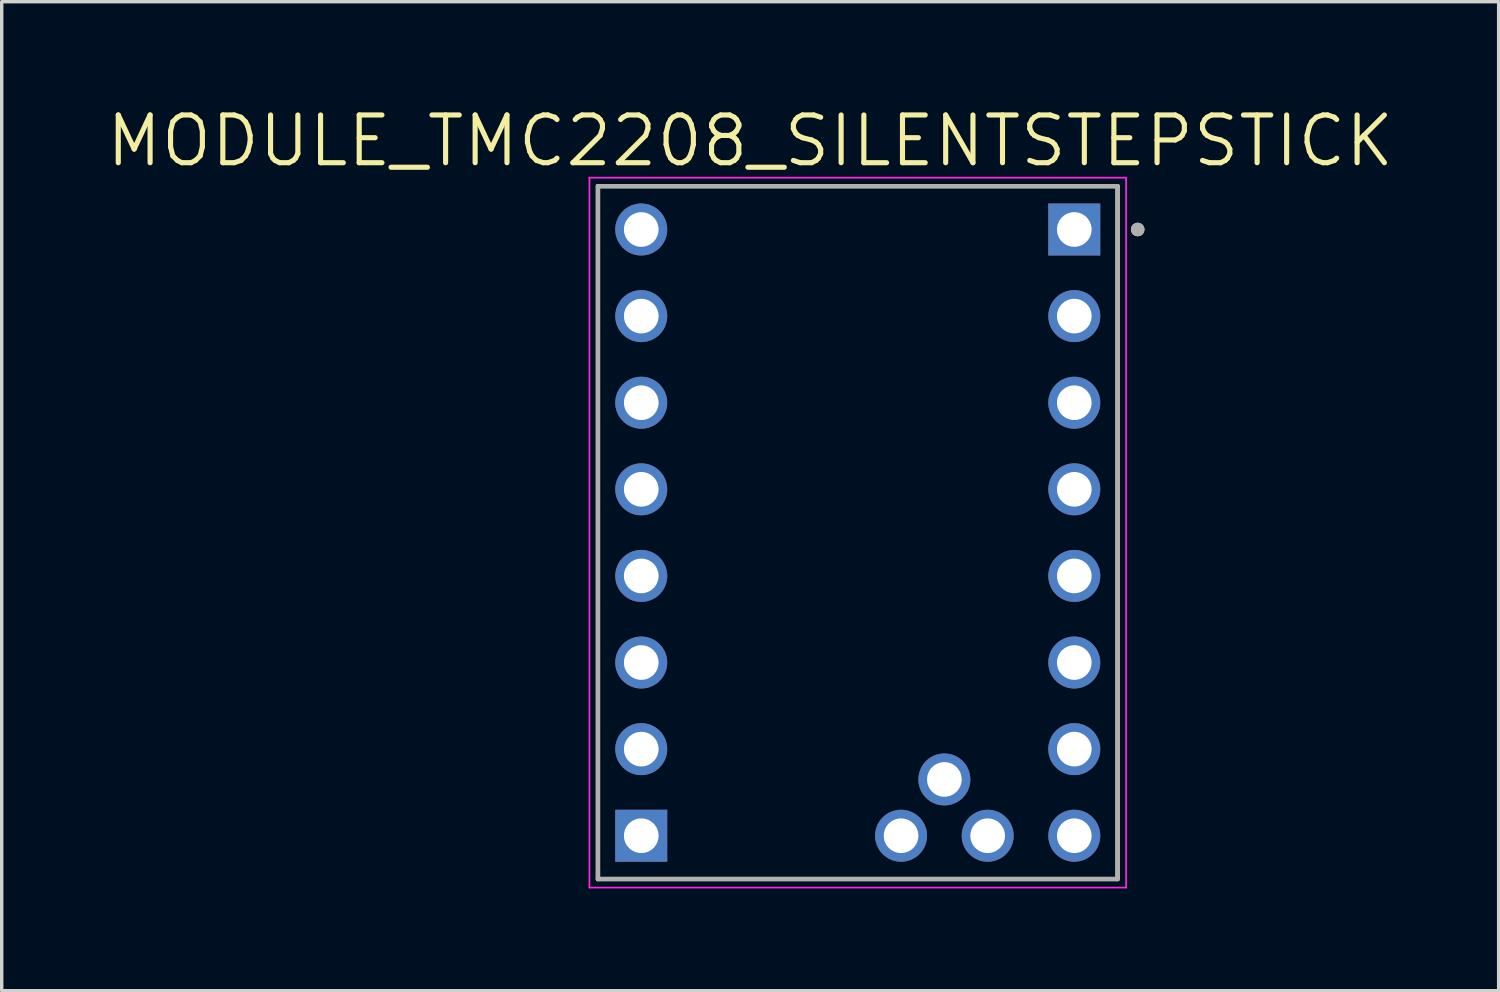
<source format=kicad_pcb>
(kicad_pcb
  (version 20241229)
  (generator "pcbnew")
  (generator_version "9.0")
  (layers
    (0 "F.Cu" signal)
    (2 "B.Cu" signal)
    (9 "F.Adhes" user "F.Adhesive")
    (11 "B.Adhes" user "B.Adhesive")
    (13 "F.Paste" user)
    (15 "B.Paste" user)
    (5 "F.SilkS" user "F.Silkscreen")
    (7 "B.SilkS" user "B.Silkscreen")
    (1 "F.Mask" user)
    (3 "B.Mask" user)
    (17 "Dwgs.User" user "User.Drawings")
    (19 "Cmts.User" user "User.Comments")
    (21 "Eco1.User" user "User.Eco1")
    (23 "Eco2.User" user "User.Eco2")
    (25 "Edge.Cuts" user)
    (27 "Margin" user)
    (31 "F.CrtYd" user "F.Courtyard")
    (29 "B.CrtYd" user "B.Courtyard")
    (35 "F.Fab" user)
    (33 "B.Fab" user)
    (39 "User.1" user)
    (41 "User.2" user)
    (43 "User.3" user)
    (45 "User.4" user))
  (footprint "MODULE_TMC2208_SILENTSTEPSTICK"
    (layer "F.Cu")
    (at 22.107 12.571)
    (property "Reference" "MODULE_TMC2208_SILENTSTEPSTICK" (at -3.155 -11.489 0) (layer "F.SilkS") (effects (font (size 1.4 1.4) (thickness 0.15))))
    (attr through_hole)
    (fp_line (start -7.62 -10.16) (end -7.62 10.16) (stroke (width 0.127) (type solid)) (layer "F.SilkS"))
    (fp_line (start -7.62 10.16) (end 7.62 10.16) (stroke (width 0.127) (type solid)) (layer "F.SilkS"))
    (fp_line (start 7.62 -10.16) (end -7.62 -10.16) (stroke (width 0.127) (type solid)) (layer "F.SilkS"))
    (fp_line (start 7.62 10.16) (end 7.62 -10.16) (stroke (width 0.127) (type solid)) (layer "F.SilkS"))
    (fp_circle (center 8.21 -8.89) (end 8.31 -8.89) (stroke (width 0.2) (type solid)) (fill no) (layer "F.SilkS"))
    (fp_line (start -7.87 -10.41) (end -7.87 10.41) (stroke (width 0.05) (type solid)) (layer "F.CrtYd"))
    (fp_line (start -7.87 -10.41) (end 7.87 -10.41) (stroke (width 0.05) (type solid)) (layer "F.CrtYd"))
    (fp_line (start -7.87 10.41) (end 7.87 10.41) (stroke (width 0.05) (type solid)) (layer "F.CrtYd"))
    (fp_line (start 7.87 -10.41) (end 7.87 10.41) (stroke (width 0.05) (type solid)) (layer "F.CrtYd"))
    (fp_line (start -7.62 -10.16) (end -7.62 10.16) (stroke (width 0.127) (type solid)) (layer "F.Fab"))
    (fp_line (start -7.62 10.16) (end 7.62 10.16) (stroke (width 0.127) (type solid)) (layer "F.Fab"))
    (fp_line (start 7.62 -10.16) (end -7.62 -10.16) (stroke (width 0.127) (type solid)) (layer "F.Fab"))
    (fp_line (start 7.62 10.16) (end 7.62 -10.16) (stroke (width 0.127) (type solid)) (layer "F.Fab"))
    (fp_circle (center 8.21 -8.89) (end 8.31 -8.89) (stroke (width 0.2) (type solid)) (fill no) (layer "F.Fab"))
    (pad "JP1_1" thru_hole rect (at 6.35 -8.89) (size 1.524 1.524) (drill 1.016) (layers "*.Cu" "*.Mask"))
    (pad "JP1_2" thru_hole circle (at 6.35 -6.35) (size 1.524 1.524) (drill 1.016) (layers "*.Cu" "*.Mask"))
    (pad "JP1_3" thru_hole circle (at 6.35 -3.81) (size 1.524 1.524) (drill 1.016) (layers "*.Cu" "*.Mask"))
    (pad "JP1_4" thru_hole circle (at 6.35 -1.27) (size 1.524 1.524) (drill 1.016) (layers "*.Cu" "*.Mask"))
    (pad "JP1_5" thru_hole circle (at 6.35 1.27) (size 1.524 1.524) (drill 1.016) (layers "*.Cu" "*.Mask"))
    (pad "JP1_6" thru_hole circle (at 6.35 3.81) (size 1.524 1.524) (drill 1.016) (layers "*.Cu" "*.Mask"))
    (pad "JP1_7" thru_hole circle (at 6.35 6.35) (size 1.524 1.524) (drill 1.016) (layers "*.Cu" "*.Mask"))
    (pad "JP1_8" thru_hole circle (at 6.35 8.89) (size 1.524 1.524) (drill 1.016) (layers "*.Cu" "*.Mask"))
    (pad "JP2_1" thru_hole rect (at -6.35 8.89) (size 1.524 1.524) (drill 1.016) (layers "*.Cu" "*.Mask"))
    (pad "JP2_2" thru_hole circle (at -6.35 6.35) (size 1.524 1.524) (drill 1.016) (layers "*.Cu" "*.Mask"))
    (pad "JP2_3" thru_hole circle (at -6.35 3.81) (size 1.524 1.524) (drill 1.016) (layers "*.Cu" "*.Mask"))
    (pad "JP2_4" thru_hole circle (at -6.35 1.27) (size 1.524 1.524) (drill 1.016) (layers "*.Cu" "*.Mask"))
    (pad "JP2_5" thru_hole circle (at -6.35 -1.27) (size 1.524 1.524) (drill 1.016) (layers "*.Cu" "*.Mask"))
    (pad "JP2_6" thru_hole circle (at -6.35 -3.81) (size 1.524 1.524) (drill 1.016) (layers "*.Cu" "*.Mask"))
    (pad "JP2_7" thru_hole circle (at -6.35 -6.35) (size 1.524 1.524) (drill 1.016) (layers "*.Cu" "*.Mask"))
    (pad "JP2_8" thru_hole circle (at -6.35 -8.89) (size 1.524 1.524) (drill 1.016) (layers "*.Cu" "*.Mask"))
    (pad "JP3_1" thru_hole circle (at 1.27 8.89) (size 1.524 1.524) (drill 1.016) (layers "*.Cu" "*.Mask"))
    (pad "JP3_2" thru_hole circle (at 3.81 8.89) (size 1.524 1.524) (drill 1.016) (layers "*.Cu" "*.Mask"))
    (pad "VREF" thru_hole circle (at 2.54 7.239) (size 1.524 1.524) (drill 1.016) (layers "*.Cu" "*.Mask")))
  (gr_rect
    (start -3 -3)
    (end 40.903 26.006)
    (stroke (width 0.1) (type default))
    (fill no)
    (layer "Edge.Cuts")))
</source>
